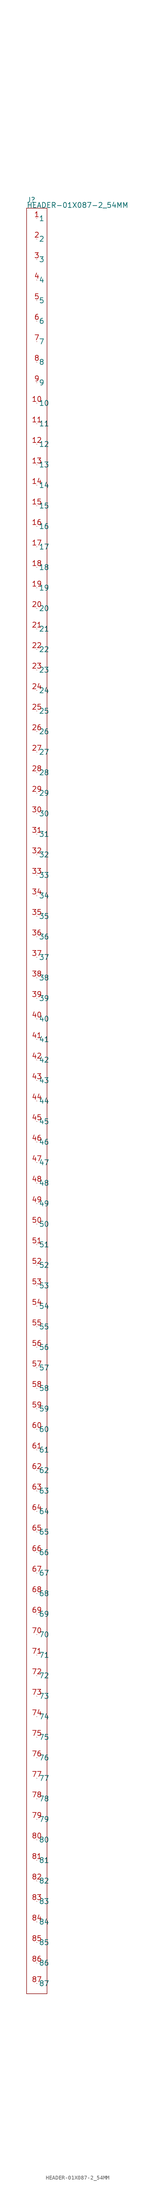
<source format=kicad_sym>
(kicad_symbol_lib
  (version 20211014)
  (generator kicad_symbol_editor)
  (symbol "HEADER-01X087-2_54MM"
    (pin_names)
    (property "Reference" "J"
      (at -2.54 222.25 0)
      (effects (font (size 1.27 1.27)) (justify left bottom)))
    (property "Value" "HEADER-01X087-2_54MM"
      (at -2.54 220.98 0)
      (effects (font (size 1.27 1.27)) (justify left bottom)))
    (property "Datasheet" ""
      (at 0 0 0))
    (property "ki_description" "Header 1x87  - Header Vertical 87POS 2.54MM Technical Specifications: Pitch: 0.1\" (2.54mm) "
      (at 0 0 0))
    (property "ki_fp_filters" "FlashPCB_Connectors:HEADER-THT-01X087-2_54MM FlashPCB_Connectors:HEADER-THT-LONG-01X087-2_54MM FlashPCB_Connectors:HEADER-THT-NOSILK-01X087-2_54MM FlashPCB_Connectors:HEADER-THT-LONG-NOSILK-01X087-2_54MM"
      (at 0 0 0))
    (symbol "HEADER-01X087-2_54MM_1_1"
      (polyline (pts (xy -2.54 220.98) (xy 2.54 220.98)) (stroke (width 0.127)) (fill (type none)))
      (polyline (pts (xy 2.54 220.98) (xy 2.54 -220.98)) (stroke (width 0.127)) (fill (type none)))
      (polyline (pts (xy 2.54 -220.98) (xy -2.54 -220.98)) (stroke (width 0.127)) (fill (type none)))
      (polyline (pts (xy -2.54 -220.98) (xy -2.54 220.98)) (stroke (width 0.127)) (fill (type none)))
      (pin bidirectional line (at 0 218.44 0) (length 0) (name "1" (effects (font (size 1.27 1.27)))) (number "1" (effects (font (size 1.27 1.27)))))
      (pin bidirectional line (at 0 213.36 0) (length 0) (name "2" (effects (font (size 1.27 1.27)))) (number "2" (effects (font (size 1.27 1.27)))))
      (pin bidirectional line (at 0 208.28 0) (length 0) (name "3" (effects (font (size 1.27 1.27)))) (number "3" (effects (font (size 1.27 1.27)))))
      (pin bidirectional line (at 0 203.2 0) (length 0) (name "4" (effects (font (size 1.27 1.27)))) (number "4" (effects (font (size 1.27 1.27)))))
      (pin bidirectional line (at 0 198.12 0) (length 0) (name "5" (effects (font (size 1.27 1.27)))) (number "5" (effects (font (size 1.27 1.27)))))
      (pin bidirectional line (at 0 193.04 0) (length 0) (name "6" (effects (font (size 1.27 1.27)))) (number "6" (effects (font (size 1.27 1.27)))))
      (pin bidirectional line (at 0 187.96 0) (length 0) (name "7" (effects (font (size 1.27 1.27)))) (number "7" (effects (font (size 1.27 1.27)))))
      (pin bidirectional line (at 0 182.88 0) (length 0) (name "8" (effects (font (size 1.27 1.27)))) (number "8" (effects (font (size 1.27 1.27)))))
      (pin bidirectional line (at 0 177.8 0) (length 0) (name "9" (effects (font (size 1.27 1.27)))) (number "9" (effects (font (size 1.27 1.27)))))
      (pin bidirectional line (at 0 172.72 0) (length 0) (name "10" (effects (font (size 1.27 1.27)))) (number "10" (effects (font (size 1.27 1.27)))))
      (pin bidirectional line (at 0 167.64 0) (length 0) (name "11" (effects (font (size 1.27 1.27)))) (number "11" (effects (font (size 1.27 1.27)))))
      (pin bidirectional line (at 0 162.56 0) (length 0) (name "12" (effects (font (size 1.27 1.27)))) (number "12" (effects (font (size 1.27 1.27)))))
      (pin bidirectional line (at 0 157.48 0) (length 0) (name "13" (effects (font (size 1.27 1.27)))) (number "13" (effects (font (size 1.27 1.27)))))
      (pin bidirectional line (at 0 152.4 0) (length 0) (name "14" (effects (font (size 1.27 1.27)))) (number "14" (effects (font (size 1.27 1.27)))))
      (pin bidirectional line (at 0 147.32 0) (length 0) (name "15" (effects (font (size 1.27 1.27)))) (number "15" (effects (font (size 1.27 1.27)))))
      (pin bidirectional line (at 0 142.24 0) (length 0) (name "16" (effects (font (size 1.27 1.27)))) (number "16" (effects (font (size 1.27 1.27)))))
      (pin bidirectional line (at 0 137.16 0) (length 0) (name "17" (effects (font (size 1.27 1.27)))) (number "17" (effects (font (size 1.27 1.27)))))
      (pin bidirectional line (at 0 132.08 0) (length 0) (name "18" (effects (font (size 1.27 1.27)))) (number "18" (effects (font (size 1.27 1.27)))))
      (pin bidirectional line (at 0 127 0) (length 0) (name "19" (effects (font (size 1.27 1.27)))) (number "19" (effects (font (size 1.27 1.27)))))
      (pin bidirectional line (at 0 121.92 0) (length 0) (name "20" (effects (font (size 1.27 1.27)))) (number "20" (effects (font (size 1.27 1.27)))))
      (pin bidirectional line (at 0 116.84 0) (length 0) (name "21" (effects (font (size 1.27 1.27)))) (number "21" (effects (font (size 1.27 1.27)))))
      (pin bidirectional line (at 0 111.76 0) (length 0) (name "22" (effects (font (size 1.27 1.27)))) (number "22" (effects (font (size 1.27 1.27)))))
      (pin bidirectional line (at 0 106.68 0) (length 0) (name "23" (effects (font (size 1.27 1.27)))) (number "23" (effects (font (size 1.27 1.27)))))
      (pin bidirectional line (at 0 101.6 0) (length 0) (name "24" (effects (font (size 1.27 1.27)))) (number "24" (effects (font (size 1.27 1.27)))))
      (pin bidirectional line (at 0 96.52 0) (length 0) (name "25" (effects (font (size 1.27 1.27)))) (number "25" (effects (font (size 1.27 1.27)))))
      (pin bidirectional line (at 0 91.44 0) (length 0) (name "26" (effects (font (size 1.27 1.27)))) (number "26" (effects (font (size 1.27 1.27)))))
      (pin bidirectional line (at 0 86.36 0) (length 0) (name "27" (effects (font (size 1.27 1.27)))) (number "27" (effects (font (size 1.27 1.27)))))
      (pin bidirectional line (at 0 81.28 0) (length 0) (name "28" (effects (font (size 1.27 1.27)))) (number "28" (effects (font (size 1.27 1.27)))))
      (pin bidirectional line (at 0 76.2 0) (length 0) (name "29" (effects (font (size 1.27 1.27)))) (number "29" (effects (font (size 1.27 1.27)))))
      (pin bidirectional line (at 0 71.12 0) (length 0) (name "30" (effects (font (size 1.27 1.27)))) (number "30" (effects (font (size 1.27 1.27)))))
      (pin bidirectional line (at 0 66.04 0) (length 0) (name "31" (effects (font (size 1.27 1.27)))) (number "31" (effects (font (size 1.27 1.27)))))
      (pin bidirectional line (at 0 60.96 0) (length 0) (name "32" (effects (font (size 1.27 1.27)))) (number "32" (effects (font (size 1.27 1.27)))))
      (pin bidirectional line (at 0 55.88 0) (length 0) (name "33" (effects (font (size 1.27 1.27)))) (number "33" (effects (font (size 1.27 1.27)))))
      (pin bidirectional line (at 0 50.8 0) (length 0) (name "34" (effects (font (size 1.27 1.27)))) (number "34" (effects (font (size 1.27 1.27)))))
      (pin bidirectional line (at 0 45.72 0) (length 0) (name "35" (effects (font (size 1.27 1.27)))) (number "35" (effects (font (size 1.27 1.27)))))
      (pin bidirectional line (at 0 40.64 0) (length 0) (name "36" (effects (font (size 1.27 1.27)))) (number "36" (effects (font (size 1.27 1.27)))))
      (pin bidirectional line (at 0 35.56 0) (length 0) (name "37" (effects (font (size 1.27 1.27)))) (number "37" (effects (font (size 1.27 1.27)))))
      (pin bidirectional line (at 0 30.48 0) (length 0) (name "38" (effects (font (size 1.27 1.27)))) (number "38" (effects (font (size 1.27 1.27)))))
      (pin bidirectional line (at 0 25.4 0) (length 0) (name "39" (effects (font (size 1.27 1.27)))) (number "39" (effects (font (size 1.27 1.27)))))
      (pin bidirectional line (at 0 20.32 0) (length 0) (name "40" (effects (font (size 1.27 1.27)))) (number "40" (effects (font (size 1.27 1.27)))))
      (pin bidirectional line (at 0 15.24 0) (length 0) (name "41" (effects (font (size 1.27 1.27)))) (number "41" (effects (font (size 1.27 1.27)))))
      (pin bidirectional line (at 0 10.16 0) (length 0) (name "42" (effects (font (size 1.27 1.27)))) (number "42" (effects (font (size 1.27 1.27)))))
      (pin bidirectional line (at 0 5.08 0) (length 0) (name "43" (effects (font (size 1.27 1.27)))) (number "43" (effects (font (size 1.27 1.27)))))
      (pin bidirectional line (at 0 0 0) (length 0) (name "44" (effects (font (size 1.27 1.27)))) (number "44" (effects (font (size 1.27 1.27)))))
      (pin bidirectional line (at 0 -5.08 0) (length 0) (name "45" (effects (font (size 1.27 1.27)))) (number "45" (effects (font (size 1.27 1.27)))))
      (pin bidirectional line (at 0 -10.16 0) (length 0) (name "46" (effects (font (size 1.27 1.27)))) (number "46" (effects (font (size 1.27 1.27)))))
      (pin bidirectional line (at 0 -15.24 0) (length 0) (name "47" (effects (font (size 1.27 1.27)))) (number "47" (effects (font (size 1.27 1.27)))))
      (pin bidirectional line (at 0 -20.32 0) (length 0) (name "48" (effects (font (size 1.27 1.27)))) (number "48" (effects (font (size 1.27 1.27)))))
      (pin bidirectional line (at 0 -25.4 0) (length 0) (name "49" (effects (font (size 1.27 1.27)))) (number "49" (effects (font (size 1.27 1.27)))))
      (pin bidirectional line (at 0 -30.48 0) (length 0) (name "50" (effects (font (size 1.27 1.27)))) (number "50" (effects (font (size 1.27 1.27)))))
      (pin bidirectional line (at 0 -35.56 0) (length 0) (name "51" (effects (font (size 1.27 1.27)))) (number "51" (effects (font (size 1.27 1.27)))))
      (pin bidirectional line (at 0 -40.64 0) (length 0) (name "52" (effects (font (size 1.27 1.27)))) (number "52" (effects (font (size 1.27 1.27)))))
      (pin bidirectional line (at 0 -45.72 0) (length 0) (name "53" (effects (font (size 1.27 1.27)))) (number "53" (effects (font (size 1.27 1.27)))))
      (pin bidirectional line (at 0 -50.8 0) (length 0) (name "54" (effects (font (size 1.27 1.27)))) (number "54" (effects (font (size 1.27 1.27)))))
      (pin bidirectional line (at 0 -55.88 0) (length 0) (name "55" (effects (font (size 1.27 1.27)))) (number "55" (effects (font (size 1.27 1.27)))))
      (pin bidirectional line (at 0 -60.96 0) (length 0) (name "56" (effects (font (size 1.27 1.27)))) (number "56" (effects (font (size 1.27 1.27)))))
      (pin bidirectional line (at 0 -66.04 0) (length 0) (name "57" (effects (font (size 1.27 1.27)))) (number "57" (effects (font (size 1.27 1.27)))))
      (pin bidirectional line (at 0 -71.12 0) (length 0) (name "58" (effects (font (size 1.27 1.27)))) (number "58" (effects (font (size 1.27 1.27)))))
      (pin bidirectional line (at 0 -76.2 0) (length 0) (name "59" (effects (font (size 1.27 1.27)))) (number "59" (effects (font (size 1.27 1.27)))))
      (pin bidirectional line (at 0 -81.28 0) (length 0) (name "60" (effects (font (size 1.27 1.27)))) (number "60" (effects (font (size 1.27 1.27)))))
      (pin bidirectional line (at 0 -86.36 0) (length 0) (name "61" (effects (font (size 1.27 1.27)))) (number "61" (effects (font (size 1.27 1.27)))))
      (pin bidirectional line (at 0 -91.44 0) (length 0) (name "62" (effects (font (size 1.27 1.27)))) (number "62" (effects (font (size 1.27 1.27)))))
      (pin bidirectional line (at 0 -96.52 0) (length 0) (name "63" (effects (font (size 1.27 1.27)))) (number "63" (effects (font (size 1.27 1.27)))))
      (pin bidirectional line (at 0 -101.6 0) (length 0) (name "64" (effects (font (size 1.27 1.27)))) (number "64" (effects (font (size 1.27 1.27)))))
      (pin bidirectional line (at 0 -106.68 0) (length 0) (name "65" (effects (font (size 1.27 1.27)))) (number "65" (effects (font (size 1.27 1.27)))))
      (pin bidirectional line (at 0 -111.76 0) (length 0) (name "66" (effects (font (size 1.27 1.27)))) (number "66" (effects (font (size 1.27 1.27)))))
      (pin bidirectional line (at 0 -116.84 0) (length 0) (name "67" (effects (font (size 1.27 1.27)))) (number "67" (effects (font (size 1.27 1.27)))))
      (pin bidirectional line (at 0 -121.92 0) (length 0) (name "68" (effects (font (size 1.27 1.27)))) (number "68" (effects (font (size 1.27 1.27)))))
      (pin bidirectional line (at 0 -127 0) (length 0) (name "69" (effects (font (size 1.27 1.27)))) (number "69" (effects (font (size 1.27 1.27)))))
      (pin bidirectional line (at 0 -132.08 0) (length 0) (name "70" (effects (font (size 1.27 1.27)))) (number "70" (effects (font (size 1.27 1.27)))))
      (pin bidirectional line (at 0 -137.16 0) (length 0) (name "71" (effects (font (size 1.27 1.27)))) (number "71" (effects (font (size 1.27 1.27)))))
      (pin bidirectional line (at 0 -142.24 0) (length 0) (name "72" (effects (font (size 1.27 1.27)))) (number "72" (effects (font (size 1.27 1.27)))))
      (pin bidirectional line (at 0 -147.32 0) (length 0) (name "73" (effects (font (size 1.27 1.27)))) (number "73" (effects (font (size 1.27 1.27)))))
      (pin bidirectional line (at 0 -152.4 0) (length 0) (name "74" (effects (font (size 1.27 1.27)))) (number "74" (effects (font (size 1.27 1.27)))))
      (pin bidirectional line (at 0 -157.48 0) (length 0) (name "75" (effects (font (size 1.27 1.27)))) (number "75" (effects (font (size 1.27 1.27)))))
      (pin bidirectional line (at 0 -162.56 0) (length 0) (name "76" (effects (font (size 1.27 1.27)))) (number "76" (effects (font (size 1.27 1.27)))))
      (pin bidirectional line (at 0 -167.64 0) (length 0) (name "77" (effects (font (size 1.27 1.27)))) (number "77" (effects (font (size 1.27 1.27)))))
      (pin bidirectional line (at 0 -172.72 0) (length 0) (name "78" (effects (font (size 1.27 1.27)))) (number "78" (effects (font (size 1.27 1.27)))))
      (pin bidirectional line (at 0 -177.8 0) (length 0) (name "79" (effects (font (size 1.27 1.27)))) (number "79" (effects (font (size 1.27 1.27)))))
      (pin bidirectional line (at 0 -182.88 0) (length 0) (name "80" (effects (font (size 1.27 1.27)))) (number "80" (effects (font (size 1.27 1.27)))))
      (pin bidirectional line (at 0 -187.96 0) (length 0) (name "81" (effects (font (size 1.27 1.27)))) (number "81" (effects (font (size 1.27 1.27)))))
      (pin bidirectional line (at 0 -193.04 0) (length 0) (name "82" (effects (font (size 1.27 1.27)))) (number "82" (effects (font (size 1.27 1.27)))))
      (pin bidirectional line (at 0 -198.12 0) (length 0) (name "83" (effects (font (size 1.27 1.27)))) (number "83" (effects (font (size 1.27 1.27)))))
      (pin bidirectional line (at 0 -203.2 0) (length 0) (name "84" (effects (font (size 1.27 1.27)))) (number "84" (effects (font (size 1.27 1.27)))))
      (pin bidirectional line (at 0 -208.28 0) (length 0) (name "85" (effects (font (size 1.27 1.27)))) (number "85" (effects (font (size 1.27 1.27)))))
      (pin bidirectional line (at 0 -213.36 0) (length 0) (name "86" (effects (font (size 1.27 1.27)))) (number "86" (effects (font (size 1.27 1.27)))))
      (pin bidirectional line (at 0 -218.44 0) (length 0) (name "87" (effects (font (size 1.27 1.27)))) (number "87" (effects (font (size 1.27 1.27))))))))
</source>
